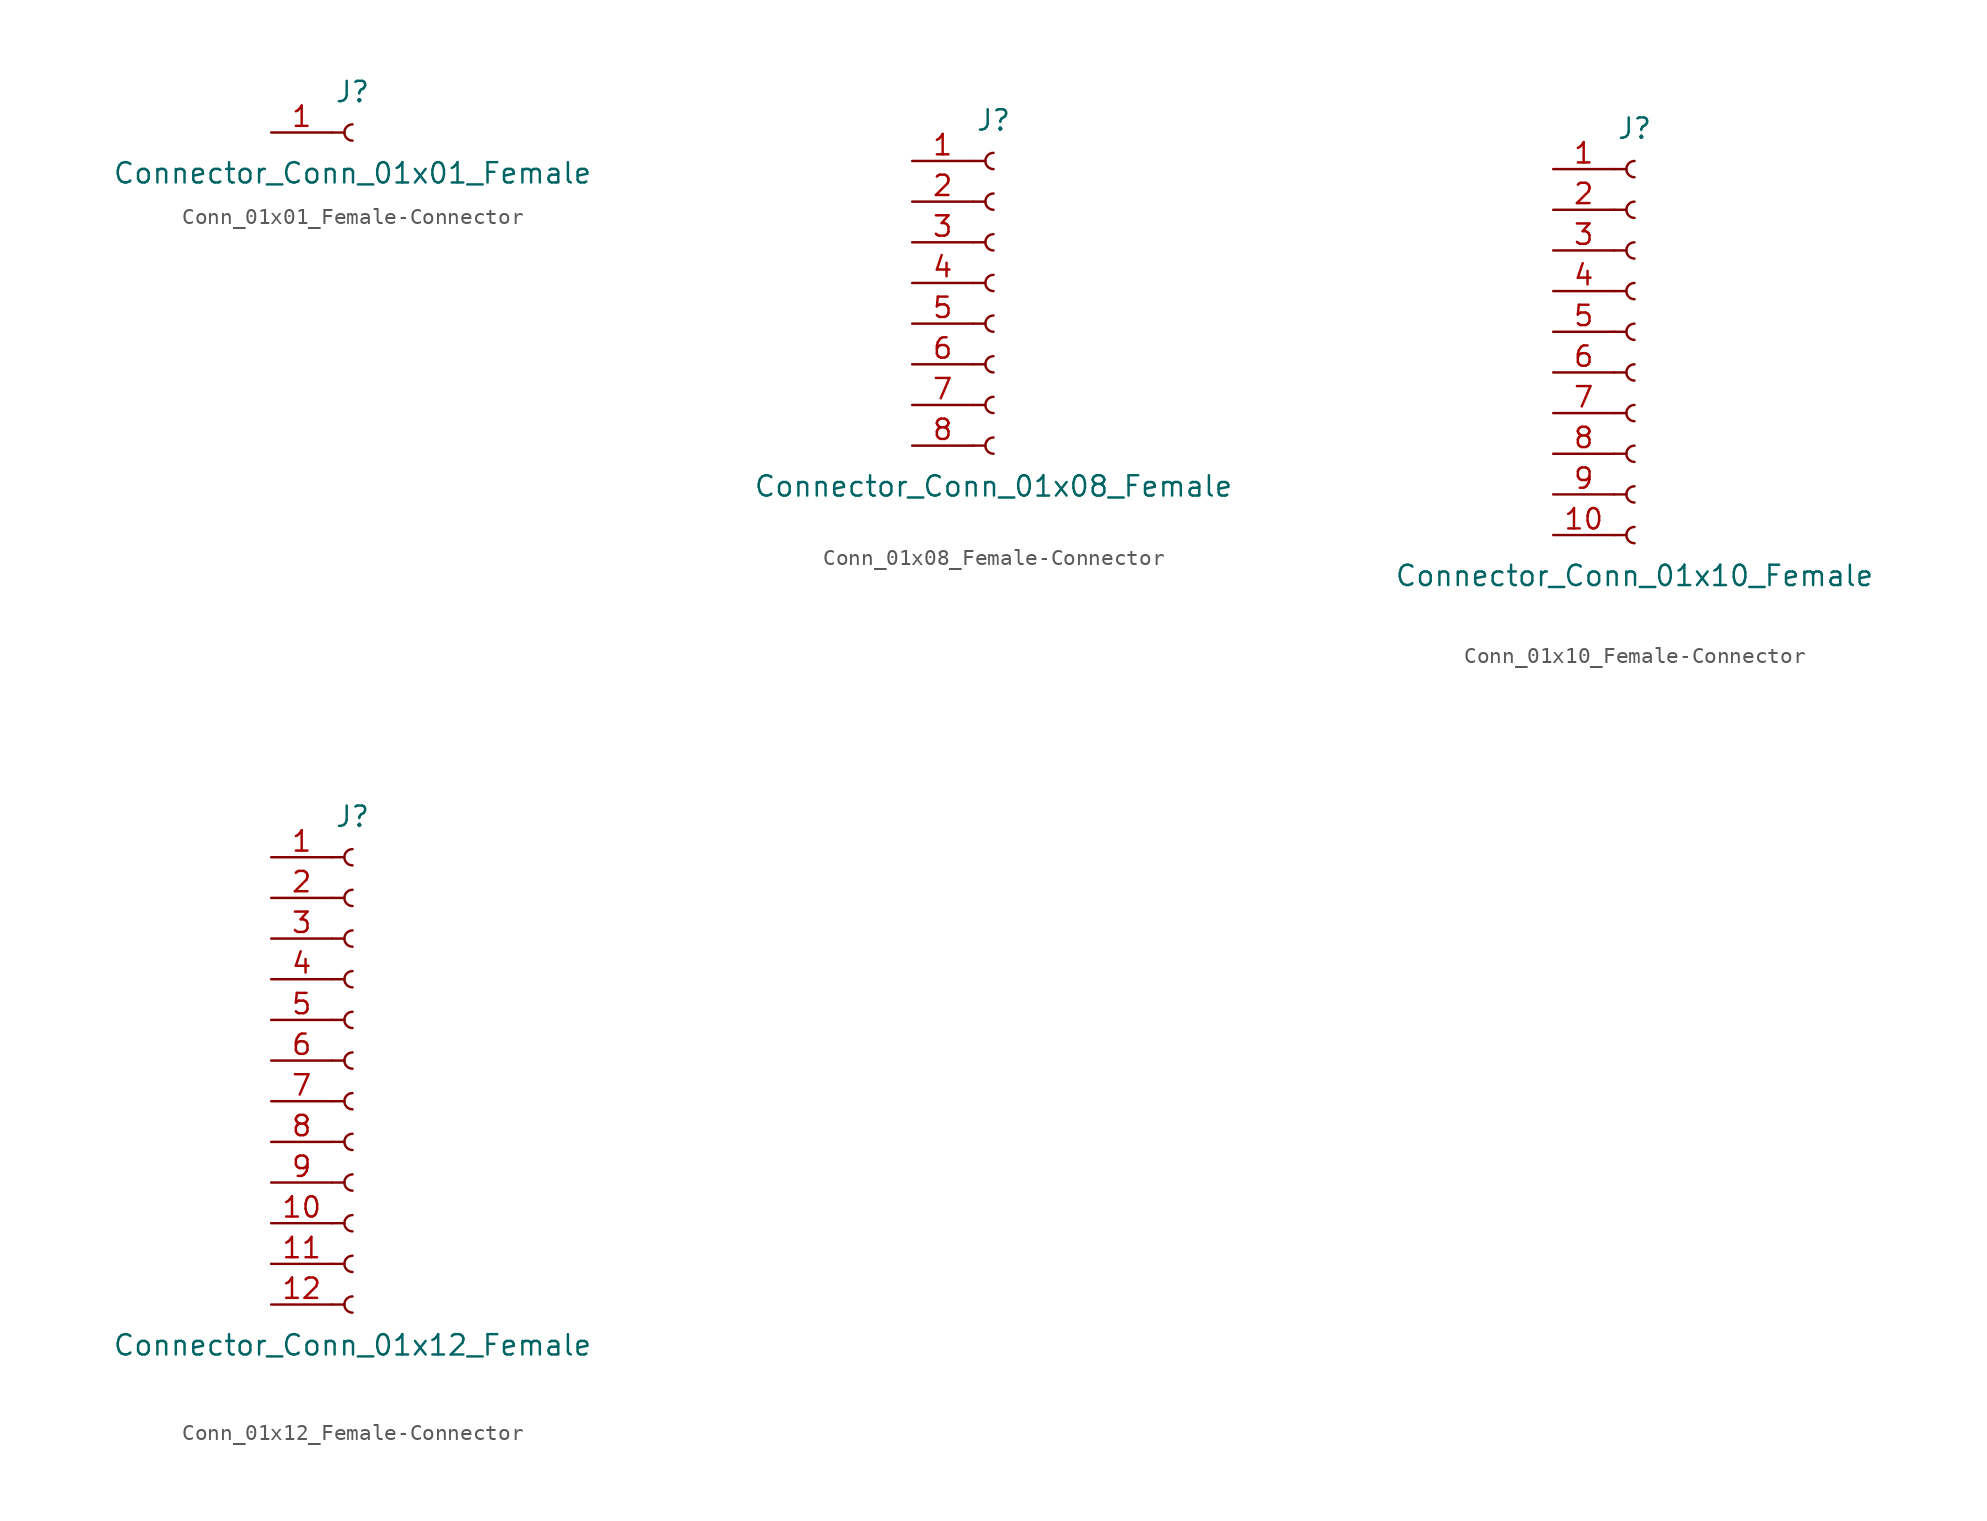
<source format=kicad_sym>
(kicad_symbol_lib
  (version 20231120)
  (generator "kicad_symbol_editor")
  (generator_version "8.0")
  (symbol "Conn_01x01_Female-Connector"
    (pin_names
      (offset 1.016) hide)
    (property "Reference" "J"
      (at 0 2.54 0)
      (effects (font (size 1.27 1.27))))
    (property "Value" "Connector_Conn_01x01_Female"
      (at 0 -2.54 0)
      (effects (font (size 1.27 1.27))))
    (symbol "Conn_01x01_Female-Connector_1_1"
      (polyline (pts (xy -1.27 0) (xy -0.508 0)) (stroke (width 0.152) (type solid)) (fill (type none)))
      (arc (start 0 0.508) (mid -0.5058 0) (end 0 -0.508) (stroke (width 0.1524) (type solid)) (fill (type none)))
      (pin passive line (at -5.08 0 0) (length 3.81) (name "Pin_1" (effects (font (size 1.27 1.27)))) (number "1" (effects (font (size 1.27 1.27)))))))
  (symbol "Conn_01x08_Female-Connector"
    (pin_names
      (offset 1.016) hide)
    (property "Reference" "J"
      (at 0 10.16 0)
      (effects (font (size 1.27 1.27))))
    (property "Value" "Connector_Conn_01x08_Female"
      (at 0 -12.7 0)
      (effects (font (size 1.27 1.27))))
    (symbol "Conn_01x08_Female-Connector_1_1"
      (arc (start 0 -9.652) (mid -0.5058 -10.16) (end 0 -10.668) (stroke (width 0.1524) (type solid)) (fill (type none)))
      (arc (start 0 -7.112) (mid -0.5058 -7.62) (end 0 -8.128) (stroke (width 0.1524) (type solid)) (fill (type none)))
      (arc (start 0 -4.572) (mid -0.5058 -5.08) (end 0 -5.588) (stroke (width 0.1524) (type solid)) (fill (type none)))
      (arc (start 0 -2.032) (mid -0.5058 -2.54) (end 0 -3.048) (stroke (width 0.1524) (type solid)) (fill (type none)))
      (polyline (pts (xy -1.27 -10.16) (xy -0.508 -10.16)) (stroke (width 0.152) (type solid)) (fill (type none)))
      (polyline (pts (xy -1.27 -7.62) (xy -0.508 -7.62)) (stroke (width 0.152) (type solid)) (fill (type none)))
      (polyline (pts (xy -1.27 -5.08) (xy -0.508 -5.08)) (stroke (width 0.152) (type solid)) (fill (type none)))
      (polyline (pts (xy -1.27 -2.54) (xy -0.508 -2.54)) (stroke (width 0.152) (type solid)) (fill (type none)))
      (polyline (pts (xy -1.27 0) (xy -0.508 0)) (stroke (width 0.152) (type solid)) (fill (type none)))
      (polyline (pts (xy -1.27 2.54) (xy -0.508 2.54)) (stroke (width 0.152) (type solid)) (fill (type none)))
      (polyline (pts (xy -1.27 5.08) (xy -0.508 5.08)) (stroke (width 0.152) (type solid)) (fill (type none)))
      (polyline (pts (xy -1.27 7.62) (xy -0.508 7.62)) (stroke (width 0.152) (type solid)) (fill (type none)))
      (arc (start 0 0.508) (mid -0.5058 0) (end 0 -0.508) (stroke (width 0.1524) (type solid)) (fill (type none)))
      (arc (start 0 3.048) (mid -0.5058 2.54) (end 0 2.032) (stroke (width 0.1524) (type solid)) (fill (type none)))
      (arc (start 0 5.588) (mid -0.5058 5.08) (end 0 4.572) (stroke (width 0.1524) (type solid)) (fill (type none)))
      (arc (start 0 8.128) (mid -0.5058 7.62) (end 0 7.112) (stroke (width 0.1524) (type solid)) (fill (type none)))
      (pin passive line (at -5.08 7.62 0) (length 3.81) (name "Pin_1" (effects (font (size 1.27 1.27)))) (number "1" (effects (font (size 1.27 1.27)))))
      (pin passive line (at -5.08 5.08 0) (length 3.81) (name "Pin_2" (effects (font (size 1.27 1.27)))) (number "2" (effects (font (size 1.27 1.27)))))
      (pin passive line (at -5.08 2.54 0) (length 3.81) (name "Pin_3" (effects (font (size 1.27 1.27)))) (number "3" (effects (font (size 1.27 1.27)))))
      (pin passive line (at -5.08 0 0) (length 3.81) (name "Pin_4" (effects (font (size 1.27 1.27)))) (number "4" (effects (font (size 1.27 1.27)))))
      (pin passive line (at -5.08 -2.54 0) (length 3.81) (name "Pin_5" (effects (font (size 1.27 1.27)))) (number "5" (effects (font (size 1.27 1.27)))))
      (pin passive line (at -5.08 -5.08 0) (length 3.81) (name "Pin_6" (effects (font (size 1.27 1.27)))) (number "6" (effects (font (size 1.27 1.27)))))
      (pin passive line (at -5.08 -7.62 0) (length 3.81) (name "Pin_7" (effects (font (size 1.27 1.27)))) (number "7" (effects (font (size 1.27 1.27)))))
      (pin passive line (at -5.08 -10.16 0) (length 3.81) (name "Pin_8" (effects (font (size 1.27 1.27)))) (number "8" (effects (font (size 1.27 1.27)))))))
  (symbol "Conn_01x10_Female-Connector"
    (pin_names
      (offset 1.016) hide)
    (property "Reference" "J"
      (at 0 12.7 0)
      (effects (font (size 1.27 1.27))))
    (property "Value" "Connector_Conn_01x10_Female"
      (at 0 -15.24 0)
      (effects (font (size 1.27 1.27))))
    (symbol "Conn_01x10_Female-Connector_1_1"
      (arc (start 0 -12.192) (mid -0.5058 -12.7) (end 0 -13.208) (stroke (width 0.1524) (type solid)) (fill (type none)))
      (arc (start 0 -9.652) (mid -0.5058 -10.16) (end 0 -10.668) (stroke (width 0.1524) (type solid)) (fill (type none)))
      (arc (start 0 -7.112) (mid -0.5058 -7.62) (end 0 -8.128) (stroke (width 0.1524) (type solid)) (fill (type none)))
      (arc (start 0 -4.572) (mid -0.5058 -5.08) (end 0 -5.588) (stroke (width 0.1524) (type solid)) (fill (type none)))
      (arc (start 0 -2.032) (mid -0.5058 -2.54) (end 0 -3.048) (stroke (width 0.1524) (type solid)) (fill (type none)))
      (polyline (pts (xy -1.27 -12.7) (xy -0.508 -12.7)) (stroke (width 0.152) (type solid)) (fill (type none)))
      (polyline (pts (xy -1.27 -10.16) (xy -0.508 -10.16)) (stroke (width 0.152) (type solid)) (fill (type none)))
      (polyline (pts (xy -1.27 -7.62) (xy -0.508 -7.62)) (stroke (width 0.152) (type solid)) (fill (type none)))
      (polyline (pts (xy -1.27 -5.08) (xy -0.508 -5.08)) (stroke (width 0.152) (type solid)) (fill (type none)))
      (polyline (pts (xy -1.27 -2.54) (xy -0.508 -2.54)) (stroke (width 0.152) (type solid)) (fill (type none)))
      (polyline (pts (xy -1.27 0) (xy -0.508 0)) (stroke (width 0.152) (type solid)) (fill (type none)))
      (polyline (pts (xy -1.27 2.54) (xy -0.508 2.54)) (stroke (width 0.152) (type solid)) (fill (type none)))
      (polyline (pts (xy -1.27 5.08) (xy -0.508 5.08)) (stroke (width 0.152) (type solid)) (fill (type none)))
      (polyline (pts (xy -1.27 7.62) (xy -0.508 7.62)) (stroke (width 0.152) (type solid)) (fill (type none)))
      (polyline (pts (xy -1.27 10.16) (xy -0.508 10.16)) (stroke (width 0.152) (type solid)) (fill (type none)))
      (arc (start 0 0.508) (mid -0.5058 0) (end 0 -0.508) (stroke (width 0.1524) (type solid)) (fill (type none)))
      (arc (start 0 3.048) (mid -0.5058 2.54) (end 0 2.032) (stroke (width 0.1524) (type solid)) (fill (type none)))
      (arc (start 0 5.588) (mid -0.5058 5.08) (end 0 4.572) (stroke (width 0.1524) (type solid)) (fill (type none)))
      (arc (start 0 8.128) (mid -0.5058 7.62) (end 0 7.112) (stroke (width 0.1524) (type solid)) (fill (type none)))
      (arc (start 0 10.668) (mid -0.5058 10.16) (end 0 9.652) (stroke (width 0.1524) (type solid)) (fill (type none)))
      (pin passive line (at -5.08 10.16 0) (length 3.81) (name "Pin_1" (effects (font (size 1.27 1.27)))) (number "1" (effects (font (size 1.27 1.27)))))
      (pin passive line (at -5.08 -12.7 0) (length 3.81) (name "Pin_10" (effects (font (size 1.27 1.27)))) (number "10" (effects (font (size 1.27 1.27)))))
      (pin passive line (at -5.08 7.62 0) (length 3.81) (name "Pin_2" (effects (font (size 1.27 1.27)))) (number "2" (effects (font (size 1.27 1.27)))))
      (pin passive line (at -5.08 5.08 0) (length 3.81) (name "Pin_3" (effects (font (size 1.27 1.27)))) (number "3" (effects (font (size 1.27 1.27)))))
      (pin passive line (at -5.08 2.54 0) (length 3.81) (name "Pin_4" (effects (font (size 1.27 1.27)))) (number "4" (effects (font (size 1.27 1.27)))))
      (pin passive line (at -5.08 0 0) (length 3.81) (name "Pin_5" (effects (font (size 1.27 1.27)))) (number "5" (effects (font (size 1.27 1.27)))))
      (pin passive line (at -5.08 -2.54 0) (length 3.81) (name "Pin_6" (effects (font (size 1.27 1.27)))) (number "6" (effects (font (size 1.27 1.27)))))
      (pin passive line (at -5.08 -5.08 0) (length 3.81) (name "Pin_7" (effects (font (size 1.27 1.27)))) (number "7" (effects (font (size 1.27 1.27)))))
      (pin passive line (at -5.08 -7.62 0) (length 3.81) (name "Pin_8" (effects (font (size 1.27 1.27)))) (number "8" (effects (font (size 1.27 1.27)))))
      (pin passive line (at -5.08 -10.16 0) (length 3.81) (name "Pin_9" (effects (font (size 1.27 1.27)))) (number "9" (effects (font (size 1.27 1.27)))))))
  (symbol "Conn_01x12_Female-Connector"
    (pin_names
      (offset 1.016) hide)
    (property "Reference" "J"
      (at 0 15.24 0)
      (effects (font (size 1.27 1.27))))
    (property "Value" "Connector_Conn_01x12_Female"
      (at 0 -17.78 0)
      (effects (font (size 1.27 1.27))))
    (symbol "Conn_01x12_Female-Connector_1_1"
      (arc (start 0 -14.732) (mid -0.5058 -15.24) (end 0 -15.748) (stroke (width 0.1524) (type solid)) (fill (type none)))
      (arc (start 0 -12.192) (mid -0.5058 -12.7) (end 0 -13.208) (stroke (width 0.1524) (type solid)) (fill (type none)))
      (arc (start 0 -9.652) (mid -0.5058 -10.16) (end 0 -10.668) (stroke (width 0.1524) (type solid)) (fill (type none)))
      (arc (start 0 -7.112) (mid -0.5058 -7.62) (end 0 -8.128) (stroke (width 0.1524) (type solid)) (fill (type none)))
      (arc (start 0 -4.572) (mid -0.5058 -5.08) (end 0 -5.588) (stroke (width 0.1524) (type solid)) (fill (type none)))
      (arc (start 0 -2.032) (mid -0.5058 -2.54) (end 0 -3.048) (stroke (width 0.1524) (type solid)) (fill (type none)))
      (polyline (pts (xy -1.27 -15.24) (xy -0.508 -15.24)) (stroke (width 0.152) (type solid)) (fill (type none)))
      (polyline (pts (xy -1.27 -12.7) (xy -0.508 -12.7)) (stroke (width 0.152) (type solid)) (fill (type none)))
      (polyline (pts (xy -1.27 -10.16) (xy -0.508 -10.16)) (stroke (width 0.152) (type solid)) (fill (type none)))
      (polyline (pts (xy -1.27 -7.62) (xy -0.508 -7.62)) (stroke (width 0.152) (type solid)) (fill (type none)))
      (polyline (pts (xy -1.27 -5.08) (xy -0.508 -5.08)) (stroke (width 0.152) (type solid)) (fill (type none)))
      (polyline (pts (xy -1.27 -2.54) (xy -0.508 -2.54)) (stroke (width 0.152) (type solid)) (fill (type none)))
      (polyline (pts (xy -1.27 0) (xy -0.508 0)) (stroke (width 0.152) (type solid)) (fill (type none)))
      (polyline (pts (xy -1.27 2.54) (xy -0.508 2.54)) (stroke (width 0.152) (type solid)) (fill (type none)))
      (polyline (pts (xy -1.27 5.08) (xy -0.508 5.08)) (stroke (width 0.152) (type solid)) (fill (type none)))
      (polyline (pts (xy -1.27 7.62) (xy -0.508 7.62)) (stroke (width 0.152) (type solid)) (fill (type none)))
      (polyline (pts (xy -1.27 10.16) (xy -0.508 10.16)) (stroke (width 0.152) (type solid)) (fill (type none)))
      (polyline (pts (xy -1.27 12.7) (xy -0.508 12.7)) (stroke (width 0.152) (type solid)) (fill (type none)))
      (arc (start 0 0.508) (mid -0.5058 0) (end 0 -0.508) (stroke (width 0.1524) (type solid)) (fill (type none)))
      (arc (start 0 3.048) (mid -0.5058 2.54) (end 0 2.032) (stroke (width 0.1524) (type solid)) (fill (type none)))
      (arc (start 0 5.588) (mid -0.5058 5.08) (end 0 4.572) (stroke (width 0.1524) (type solid)) (fill (type none)))
      (arc (start 0 8.128) (mid -0.5058 7.62) (end 0 7.112) (stroke (width 0.1524) (type solid)) (fill (type none)))
      (arc (start 0 10.668) (mid -0.5058 10.16) (end 0 9.652) (stroke (width 0.1524) (type solid)) (fill (type none)))
      (arc (start 0 13.208) (mid -0.5058 12.7) (end 0 12.192) (stroke (width 0.1524) (type solid)) (fill (type none)))
      (pin passive line (at -5.08 12.7 0) (length 3.81) (name "Pin_1" (effects (font (size 1.27 1.27)))) (number "1" (effects (font (size 1.27 1.27)))))
      (pin passive line (at -5.08 -10.16 0) (length 3.81) (name "Pin_10" (effects (font (size 1.27 1.27)))) (number "10" (effects (font (size 1.27 1.27)))))
      (pin passive line (at -5.08 -12.7 0) (length 3.81) (name "Pin_11" (effects (font (size 1.27 1.27)))) (number "11" (effects (font (size 1.27 1.27)))))
      (pin passive line (at -5.08 -15.24 0) (length 3.81) (name "Pin_12" (effects (font (size 1.27 1.27)))) (number "12" (effects (font (size 1.27 1.27)))))
      (pin passive line (at -5.08 10.16 0) (length 3.81) (name "Pin_2" (effects (font (size 1.27 1.27)))) (number "2" (effects (font (size 1.27 1.27)))))
      (pin passive line (at -5.08 7.62 0) (length 3.81) (name "Pin_3" (effects (font (size 1.27 1.27)))) (number "3" (effects (font (size 1.27 1.27)))))
      (pin passive line (at -5.08 5.08 0) (length 3.81) (name "Pin_4" (effects (font (size 1.27 1.27)))) (number "4" (effects (font (size 1.27 1.27)))))
      (pin passive line (at -5.08 2.54 0) (length 3.81) (name "Pin_5" (effects (font (size 1.27 1.27)))) (number "5" (effects (font (size 1.27 1.27)))))
      (pin passive line (at -5.08 0 0) (length 3.81) (name "Pin_6" (effects (font (size 1.27 1.27)))) (number "6" (effects (font (size 1.27 1.27)))))
      (pin passive line (at -5.08 -2.54 0) (length 3.81) (name "Pin_7" (effects (font (size 1.27 1.27)))) (number "7" (effects (font (size 1.27 1.27)))))
      (pin passive line (at -5.08 -5.08 0) (length 3.81) (name "Pin_8" (effects (font (size 1.27 1.27)))) (number "8" (effects (font (size 1.27 1.27)))))
      (pin passive line (at -5.08 -7.62 0) (length 3.81) (name "Pin_9" (effects (font (size 1.27 1.27)))) (number "9" (effects (font (size 1.27 1.27))))))))
</source>
